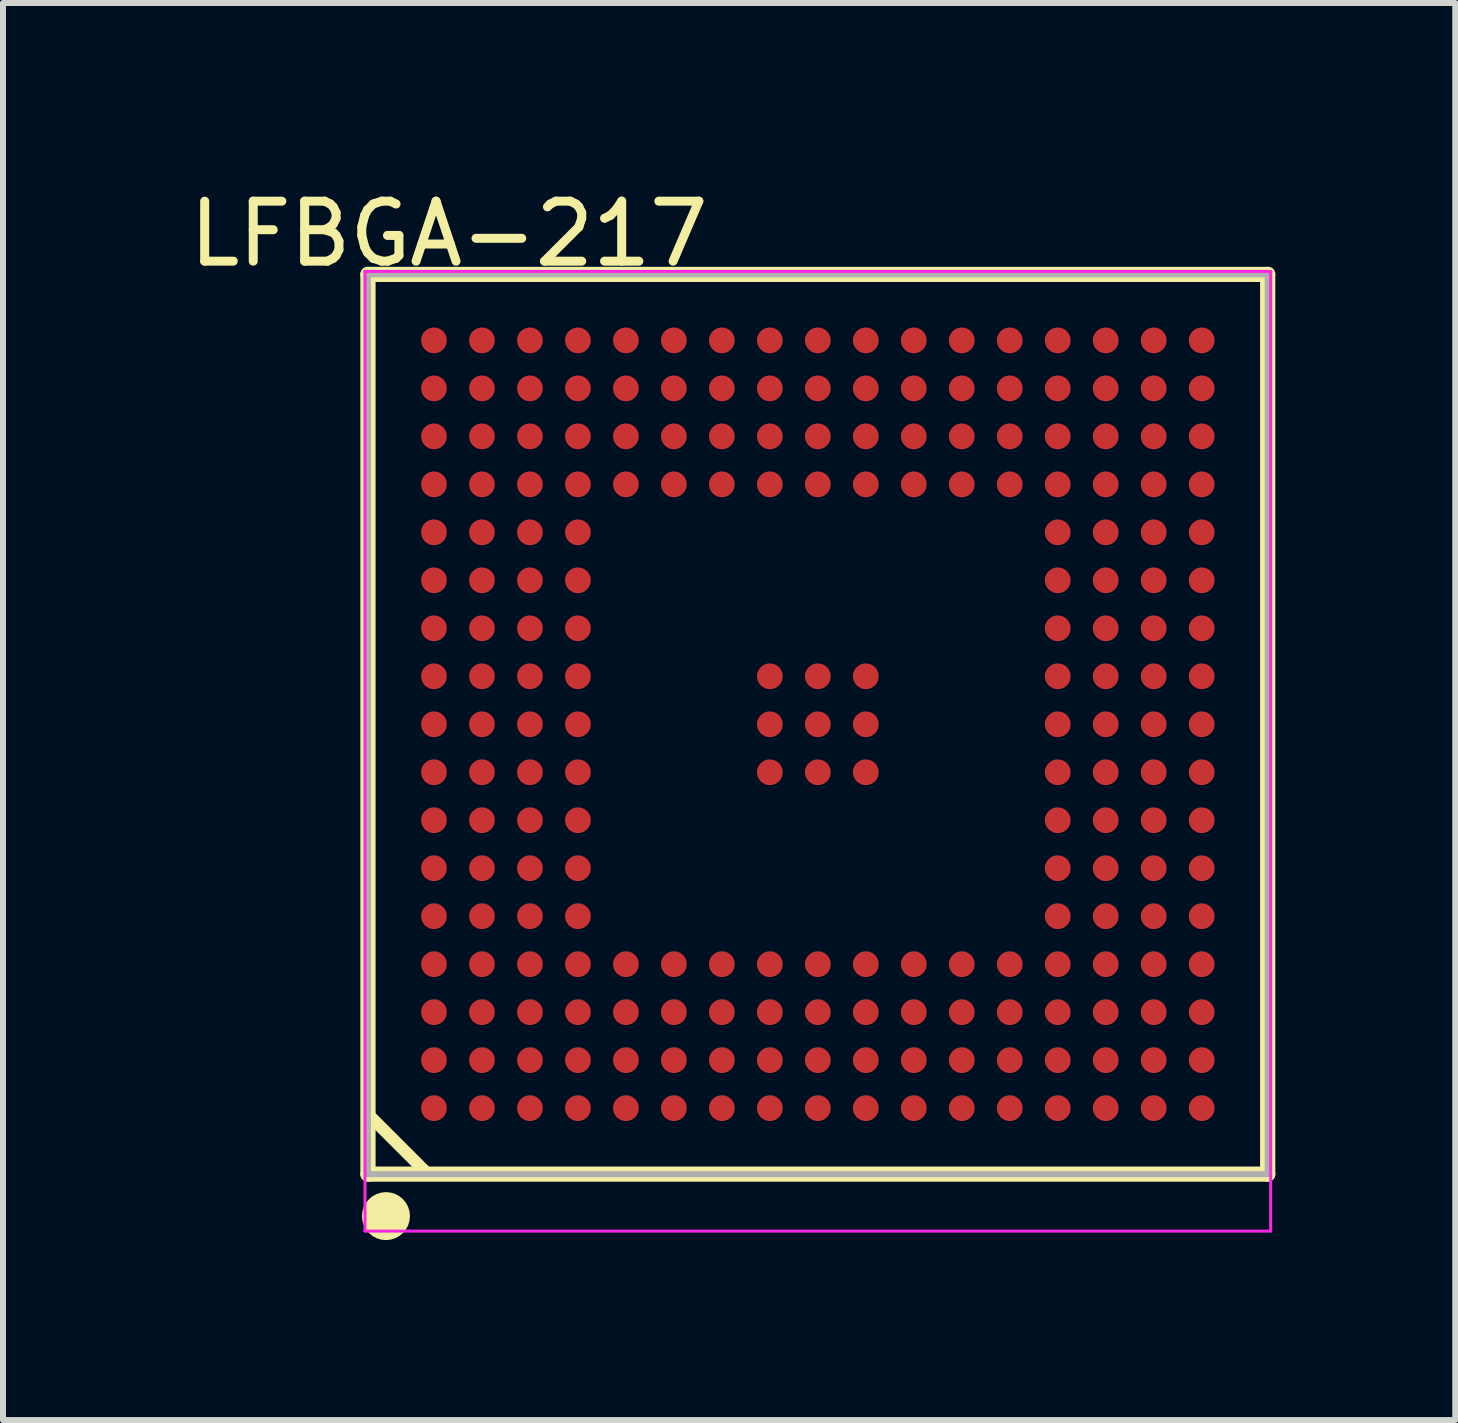
<source format=kicad_pcb>
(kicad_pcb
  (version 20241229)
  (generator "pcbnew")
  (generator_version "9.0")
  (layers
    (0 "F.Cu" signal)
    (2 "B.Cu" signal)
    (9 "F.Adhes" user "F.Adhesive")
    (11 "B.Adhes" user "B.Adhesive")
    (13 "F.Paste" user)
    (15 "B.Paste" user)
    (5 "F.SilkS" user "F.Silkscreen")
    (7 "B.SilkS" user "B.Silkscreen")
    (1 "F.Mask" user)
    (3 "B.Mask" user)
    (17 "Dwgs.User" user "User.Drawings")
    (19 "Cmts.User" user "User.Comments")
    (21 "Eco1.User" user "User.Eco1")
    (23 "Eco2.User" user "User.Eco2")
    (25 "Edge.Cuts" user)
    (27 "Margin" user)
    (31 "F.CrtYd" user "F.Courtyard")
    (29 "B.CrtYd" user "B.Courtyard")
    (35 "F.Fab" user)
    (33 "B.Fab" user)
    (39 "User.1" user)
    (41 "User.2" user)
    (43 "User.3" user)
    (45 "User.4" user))
  (footprint "LFBGA-217"
    (layer "F.Cu")
    (at 10.585 9.025)
    (property "Reference" "LFBGA-217" (at -6.151 -8.176 0) (layer "F.SilkS") (effects (font (size 1 1) (thickness 0.15))))
    (attr through_hole)
    (fp_line (start -7.5 -7.5) (end 7.5 -7.5) (stroke (width 0.254) (type solid)) (layer "F.SilkS"))
    (fp_line (start -7.5 6.5) (end -6.5 7.5) (stroke (width 0.2) (type solid)) (layer "F.SilkS"))
    (fp_line (start -7.5 7.5) (end -7.5 -7.5) (stroke (width 0.254) (type solid)) (layer "F.SilkS"))
    (fp_line (start -7.5 7.5) (end 7.5 7.5) (stroke (width 0.254) (type solid)) (layer "F.SilkS"))
    (fp_line (start 7.5 7.5) (end 7.5 -7.5) (stroke (width 0.254) (type solid)) (layer "F.SilkS"))
    (fp_circle (center -7.2 8.2) (end -7 8.2) (stroke (width 0.4) (type solid)) (fill no) (layer "F.SilkS"))
    (fp_line (start -7.55 -7.55) (end 7.55 -7.55) (stroke (width 0.05) (type solid)) (layer "F.CrtYd"))
    (fp_line (start -7.55 8.45) (end -7.55 -7.55) (stroke (width 0.05) (type solid)) (layer "F.CrtYd"))
    (fp_line (start 7.55 -7.55) (end 7.55 8.45) (stroke (width 0.05) (type solid)) (layer "F.CrtYd"))
    (fp_line (start 7.55 8.45) (end -7.55 8.45) (stroke (width 0.05) (type solid)) (layer "F.CrtYd"))
    (fp_line (start -7.5 -7.5) (end 7.5 -7.5) (stroke (width 0.1) (type solid)) (layer "F.Fab"))
    (fp_line (start -7.5 7.5) (end -7.5 -7.5) (stroke (width 0.1) (type solid)) (layer "F.Fab"))
    (fp_line (start -7.5 7.5) (end 7.5 7.5) (stroke (width 0.1) (type solid)) (layer "F.Fab"))
    (fp_line (start 7.5 7.5) (end 7.5 -7.5) (stroke (width 0.1) (type solid)) (layer "F.Fab"))
    (pad "A1" smd oval (at -6.4 6.4 90) (size 0.43 0.43) (layers "F.Cu" "F.Mask" "F.Paste"))
    (pad "A2" smd oval (at -6.4 5.6 90) (size 0.43 0.43) (layers "F.Cu" "F.Mask" "F.Paste"))
    (pad "A3" smd oval (at -6.4 4.8 90) (size 0.43 0.43) (layers "F.Cu" "F.Mask" "F.Paste"))
    (pad "A4" smd oval (at -6.4 4 90) (size 0.43 0.43) (layers "F.Cu" "F.Mask" "F.Paste"))
    (pad "A5" smd oval (at -6.4 3.2 90) (size 0.43 0.43) (layers "F.Cu" "F.Mask" "F.Paste"))
    (pad "A6" smd oval (at -6.4 2.4 90) (size 0.43 0.43) (layers "F.Cu" "F.Mask" "F.Paste"))
    (pad "A7" smd oval (at -6.4 1.6 90) (size 0.43 0.43) (layers "F.Cu" "F.Mask" "F.Paste"))
    (pad "A8" smd oval (at -6.4 0.8 90) (size 0.43 0.43) (layers "F.Cu" "F.Mask" "F.Paste"))
    (pad "A9" smd oval (at -6.4 0 90) (size 0.43 0.43) (layers "F.Cu" "F.Mask" "F.Paste"))
    (pad "A10" smd oval (at -6.4 -0.8 90) (size 0.43 0.43) (layers "F.Cu" "F.Mask" "F.Paste"))
    (pad "A11" smd oval (at -6.4 -1.6 90) (size 0.43 0.43) (layers "F.Cu" "F.Mask" "F.Paste"))
    (pad "A12" smd oval (at -6.4 -2.4 90) (size 0.43 0.43) (layers "F.Cu" "F.Mask" "F.Paste"))
    (pad "A13" smd oval (at -6.4 -3.2 90) (size 0.43 0.43) (layers "F.Cu" "F.Mask" "F.Paste"))
    (pad "A14" smd oval (at -6.4 -4 90) (size 0.43 0.43) (layers "F.Cu" "F.Mask" "F.Paste"))
    (pad "A15" smd oval (at -6.4 -4.8 90) (size 0.43 0.43) (layers "F.Cu" "F.Mask" "F.Paste"))
    (pad "A16" smd oval (at -6.4 -5.6 90) (size 0.43 0.43) (layers "F.Cu" "F.Mask" "F.Paste"))
    (pad "A17" smd oval (at -6.4 -6.4 90) (size 0.43 0.43) (layers "F.Cu" "F.Mask" "F.Paste"))
    (pad "B1" smd oval (at -5.6 6.4 90) (size 0.43 0.43) (layers "F.Cu" "F.Mask" "F.Paste"))
    (pad "B2" smd oval (at -5.6 5.6 90) (size 0.43 0.43) (layers "F.Cu" "F.Mask" "F.Paste"))
    (pad "B3" smd oval (at -5.6 4.8 90) (size 0.43 0.43) (layers "F.Cu" "F.Mask" "F.Paste"))
    (pad "B4" smd oval (at -5.6 4 90) (size 0.43 0.43) (layers "F.Cu" "F.Mask" "F.Paste"))
    (pad "B5" smd oval (at -5.6 3.2 90) (size 0.43 0.43) (layers "F.Cu" "F.Mask" "F.Paste"))
    (pad "B6" smd oval (at -5.6 2.4 90) (size 0.43 0.43) (layers "F.Cu" "F.Mask" "F.Paste"))
    (pad "B7" smd oval (at -5.6 1.6 90) (size 0.43 0.43) (layers "F.Cu" "F.Mask" "F.Paste"))
    (pad "B8" smd oval (at -5.6 0.8 90) (size 0.43 0.43) (layers "F.Cu" "F.Mask" "F.Paste"))
    (pad "B9" smd oval (at -5.6 0 90) (size 0.43 0.43) (layers "F.Cu" "F.Mask" "F.Paste"))
    (pad "B10" smd oval (at -5.6 -0.8 90) (size 0.43 0.43) (layers "F.Cu" "F.Mask" "F.Paste"))
    (pad "B11" smd oval (at -5.6 -1.6 90) (size 0.43 0.43) (layers "F.Cu" "F.Mask" "F.Paste"))
    (pad "B12" smd oval (at -5.6 -2.4 90) (size 0.43 0.43) (layers "F.Cu" "F.Mask" "F.Paste"))
    (pad "B13" smd oval (at -5.6 -3.2 90) (size 0.43 0.43) (layers "F.Cu" "F.Mask" "F.Paste"))
    (pad "B14" smd oval (at -5.6 -4 90) (size 0.43 0.43) (layers "F.Cu" "F.Mask" "F.Paste"))
    (pad "B15" smd oval (at -5.6 -4.8 90) (size 0.43 0.43) (layers "F.Cu" "F.Mask" "F.Paste"))
    (pad "B16" smd oval (at -5.6 -5.6 90) (size 0.43 0.43) (layers "F.Cu" "F.Mask" "F.Paste"))
    (pad "B17" smd oval (at -5.6 -6.4 90) (size 0.43 0.43) (layers "F.Cu" "F.Mask" "F.Paste"))
    (pad "C1" smd oval (at -4.8 6.4 90) (size 0.43 0.43) (layers "F.Cu" "F.Mask" "F.Paste"))
    (pad "C2" smd oval (at -4.8 5.6 90) (size 0.43 0.43) (layers "F.Cu" "F.Mask" "F.Paste"))
    (pad "C3" smd oval (at -4.8 4.8 90) (size 0.43 0.43) (layers "F.Cu" "F.Mask" "F.Paste"))
    (pad "C4" smd oval (at -4.8 4 90) (size 0.43 0.43) (layers "F.Cu" "F.Mask" "F.Paste"))
    (pad "C5" smd oval (at -4.8 3.2 90) (size 0.43 0.43) (layers "F.Cu" "F.Mask" "F.Paste"))
    (pad "C6" smd oval (at -4.8 2.4 90) (size 0.43 0.43) (layers "F.Cu" "F.Mask" "F.Paste"))
    (pad "C7" smd oval (at -4.8 1.6 90) (size 0.43 0.43) (layers "F.Cu" "F.Mask" "F.Paste"))
    (pad "C8" smd oval (at -4.8 0.8 90) (size 0.43 0.43) (layers "F.Cu" "F.Mask" "F.Paste"))
    (pad "C9" smd oval (at -4.8 0 90) (size 0.43 0.43) (layers "F.Cu" "F.Mask" "F.Paste"))
    (pad "C10" smd oval (at -4.8 -0.8 90) (size 0.43 0.43) (layers "F.Cu" "F.Mask" "F.Paste"))
    (pad "C11" smd oval (at -4.8 -1.6 90) (size 0.43 0.43) (layers "F.Cu" "F.Mask" "F.Paste"))
    (pad "C12" smd oval (at -4.8 -2.4 90) (size 0.43 0.43) (layers "F.Cu" "F.Mask" "F.Paste"))
    (pad "C13" smd oval (at -4.8 -3.2 90) (size 0.43 0.43) (layers "F.Cu" "F.Mask" "F.Paste"))
    (pad "C14" smd oval (at -4.8 -4 90) (size 0.43 0.43) (layers "F.Cu" "F.Mask" "F.Paste"))
    (pad "C15" smd oval (at -4.8 -4.8 90) (size 0.43 0.43) (layers "F.Cu" "F.Mask" "F.Paste"))
    (pad "C16" smd oval (at -4.8 -5.6 90) (size 0.43 0.43) (layers "F.Cu" "F.Mask" "F.Paste"))
    (pad "C17" smd oval (at -4.8 -6.4 90) (size 0.43 0.43) (layers "F.Cu" "F.Mask" "F.Paste"))
    (pad "D1" smd oval (at -4 6.4 90) (size 0.43 0.43) (layers "F.Cu" "F.Mask" "F.Paste"))
    (pad "D2" smd oval (at -4 5.6 90) (size 0.43 0.43) (layers "F.Cu" "F.Mask" "F.Paste"))
    (pad "D3" smd oval (at -4 4.8 90) (size 0.43 0.43) (layers "F.Cu" "F.Mask" "F.Paste"))
    (pad "D4" smd oval (at -4 4 90) (size 0.43 0.43) (layers "F.Cu" "F.Mask" "F.Paste"))
    (pad "D5" smd oval (at -4 3.2 90) (size 0.43 0.43) (layers "F.Cu" "F.Mask" "F.Paste"))
    (pad "D6" smd oval (at -4 2.4 90) (size 0.43 0.43) (layers "F.Cu" "F.Mask" "F.Paste"))
    (pad "D7" smd oval (at -4 1.6 90) (size 0.43 0.43) (layers "F.Cu" "F.Mask" "F.Paste"))
    (pad "D8" smd oval (at -4 0.8 90) (size 0.43 0.43) (layers "F.Cu" "F.Mask" "F.Paste"))
    (pad "D9" smd oval (at -4 0 90) (size 0.43 0.43) (layers "F.Cu" "F.Mask" "F.Paste"))
    (pad "D10" smd oval (at -4 -0.8 90) (size 0.43 0.43) (layers "F.Cu" "F.Mask" "F.Paste"))
    (pad "D11" smd oval (at -4 -1.6 90) (size 0.43 0.43) (layers "F.Cu" "F.Mask" "F.Paste"))
    (pad "D12" smd oval (at -4 -2.4 90) (size 0.43 0.43) (layers "F.Cu" "F.Mask" "F.Paste"))
    (pad "D13" smd oval (at -4 -3.2 90) (size 0.43 0.43) (layers "F.Cu" "F.Mask" "F.Paste"))
    (pad "D14" smd oval (at -4 -4 90) (size 0.43 0.43) (layers "F.Cu" "F.Mask" "F.Paste"))
    (pad "D15" smd oval (at -4 -4.8 90) (size 0.43 0.43) (layers "F.Cu" "F.Mask" "F.Paste"))
    (pad "D16" smd oval (at -4 -5.6 90) (size 0.43 0.43) (layers "F.Cu" "F.Mask" "F.Paste"))
    (pad "D17" smd oval (at -4 -6.4 90) (size 0.43 0.43) (layers "F.Cu" "F.Mask" "F.Paste"))
    (pad "E1" smd oval (at -3.2 6.4 90) (size 0.43 0.43) (layers "F.Cu" "F.Mask" "F.Paste"))
    (pad "E2" smd oval (at -3.2 5.6 90) (size 0.43 0.43) (layers "F.Cu" "F.Mask" "F.Paste"))
    (pad "E3" smd oval (at -3.2 4.8 90) (size 0.43 0.43) (layers "F.Cu" "F.Mask" "F.Paste"))
    (pad "E4" smd oval (at -3.2 4 90) (size 0.43 0.43) (layers "F.Cu" "F.Mask" "F.Paste"))
    (pad "E14" smd oval (at -3.2 -4 90) (size 0.43 0.43) (layers "F.Cu" "F.Mask" "F.Paste"))
    (pad "E15" smd oval (at -3.2 -4.8 90) (size 0.43 0.43) (layers "F.Cu" "F.Mask" "F.Paste"))
    (pad "E16" smd oval (at -3.2 -5.6 90) (size 0.43 0.43) (layers "F.Cu" "F.Mask" "F.Paste"))
    (pad "E17" smd oval (at -3.2 -6.4 90) (size 0.43 0.43) (layers "F.Cu" "F.Mask" "F.Paste"))
    (pad "F1" smd oval (at -2.4 6.4 90) (size 0.43 0.43) (layers "F.Cu" "F.Mask" "F.Paste"))
    (pad "F2" smd oval (at -2.4 5.6 90) (size 0.43 0.43) (layers "F.Cu" "F.Mask" "F.Paste"))
    (pad "F3" smd oval (at -2.4 4.8 90) (size 0.43 0.43) (layers "F.Cu" "F.Mask" "F.Paste"))
    (pad "F4" smd oval (at -2.4 4 90) (size 0.43 0.43) (layers "F.Cu" "F.Mask" "F.Paste"))
    (pad "F14" smd oval (at -2.4 -4 90) (size 0.43 0.43) (layers "F.Cu" "F.Mask" "F.Paste"))
    (pad "F15" smd oval (at -2.4 -4.8 90) (size 0.43 0.43) (layers "F.Cu" "F.Mask" "F.Paste"))
    (pad "F16" smd oval (at -2.4 -5.6 90) (size 0.43 0.43) (layers "F.Cu" "F.Mask" "F.Paste"))
    (pad "F17" smd oval (at -2.4 -6.4 90) (size 0.43 0.43) (layers "F.Cu" "F.Mask" "F.Paste"))
    (pad "G1" smd oval (at -1.6 6.4 90) (size 0.43 0.43) (layers "F.Cu" "F.Mask" "F.Paste"))
    (pad "G2" smd oval (at -1.6 5.6 90) (size 0.43 0.43) (layers "F.Cu" "F.Mask" "F.Paste"))
    (pad "G3" smd oval (at -1.6 4.8 90) (size 0.43 0.43) (layers "F.Cu" "F.Mask" "F.Paste"))
    (pad "G4" smd oval (at -1.6 4 90) (size 0.43 0.43) (layers "F.Cu" "F.Mask" "F.Paste"))
    (pad "G14" smd oval (at -1.6 -4 90) (size 0.43 0.43) (layers "F.Cu" "F.Mask" "F.Paste"))
    (pad "G15" smd oval (at -1.6 -4.8 90) (size 0.43 0.43) (layers "F.Cu" "F.Mask" "F.Paste"))
    (pad "G16" smd oval (at -1.6 -5.6 90) (size 0.43 0.43) (layers "F.Cu" "F.Mask" "F.Paste"))
    (pad "G17" smd oval (at -1.6 -6.4 90) (size 0.43 0.43) (layers "F.Cu" "F.Mask" "F.Paste"))
    (pad "H1" smd oval (at -0.8 6.4 90) (size 0.43 0.43) (layers "F.Cu" "F.Mask" "F.Paste"))
    (pad "H2" smd oval (at -0.8 5.6 90) (size 0.43 0.43) (layers "F.Cu" "F.Mask" "F.Paste"))
    (pad "H3" smd oval (at -0.8 4.8 90) (size 0.43 0.43) (layers "F.Cu" "F.Mask" "F.Paste"))
    (pad "H4" smd oval (at -0.8 4 90) (size 0.43 0.43) (layers "F.Cu" "F.Mask" "F.Paste"))
    (pad "H8" smd oval (at -0.8 0.8 90) (size 0.43 0.43) (layers "F.Cu" "F.Mask" "F.Paste"))
    (pad "H9" smd oval (at -0.8 0 90) (size 0.43 0.43) (layers "F.Cu" "F.Mask" "F.Paste"))
    (pad "H10" smd oval (at -0.8 -0.8 90) (size 0.43 0.43) (layers "F.Cu" "F.Mask" "F.Paste"))
    (pad "H14" smd oval (at -0.8 -4 90) (size 0.43 0.43) (layers "F.Cu" "F.Mask" "F.Paste"))
    (pad "H15" smd oval (at -0.8 -4.8 90) (size 0.43 0.43) (layers "F.Cu" "F.Mask" "F.Paste"))
    (pad "H16" smd oval (at -0.8 -5.6 90) (size 0.43 0.43) (layers "F.Cu" "F.Mask" "F.Paste"))
    (pad "H17" smd oval (at -0.8 -6.4 90) (size 0.43 0.43) (layers "F.Cu" "F.Mask" "F.Paste"))
    (pad "J1" smd oval (at 0 6.4 90) (size 0.43 0.43) (layers "F.Cu" "F.Mask" "F.Paste"))
    (pad "J2" smd oval (at 0 5.6 90) (size 0.43 0.43) (layers "F.Cu" "F.Mask" "F.Paste"))
    (pad "J3" smd oval (at 0 4.8 90) (size 0.43 0.43) (layers "F.Cu" "F.Mask" "F.Paste"))
    (pad "J4" smd oval (at 0 4 90) (size 0.43 0.43) (layers "F.Cu" "F.Mask" "F.Paste"))
    (pad "J8" smd oval (at 0 0.8 90) (size 0.43 0.43) (layers "F.Cu" "F.Mask" "F.Paste"))
    (pad "J9" smd oval (at 0 0 90) (size 0.43 0.43) (layers "F.Cu" "F.Mask" "F.Paste"))
    (pad "J10" smd oval (at 0 -0.8 90) (size 0.43 0.43) (layers "F.Cu" "F.Mask" "F.Paste"))
    (pad "J14" smd oval (at 0 -4 90) (size 0.43 0.43) (layers "F.Cu" "F.Mask" "F.Paste"))
    (pad "J15" smd oval (at 0 -4.8 90) (size 0.43 0.43) (layers "F.Cu" "F.Mask" "F.Paste"))
    (pad "J16" smd oval (at 0 -5.6 90) (size 0.43 0.43) (layers "F.Cu" "F.Mask" "F.Paste"))
    (pad "J17" smd oval (at 0 -6.4 90) (size 0.43 0.43) (layers "F.Cu" "F.Mask" "F.Paste"))
    (pad "K1" smd oval (at 0.8 6.4 90) (size 0.43 0.43) (layers "F.Cu" "F.Mask" "F.Paste"))
    (pad "K2" smd oval (at 0.8 5.6 90) (size 0.43 0.43) (layers "F.Cu" "F.Mask" "F.Paste"))
    (pad "K3" smd oval (at 0.8 4.8 90) (size 0.43 0.43) (layers "F.Cu" "F.Mask" "F.Paste"))
    (pad "K4" smd oval (at 0.8 4 90) (size 0.43 0.43) (layers "F.Cu" "F.Mask" "F.Paste"))
    (pad "K8" smd oval (at 0.8 0.8 90) (size 0.43 0.43) (layers "F.Cu" "F.Mask" "F.Paste"))
    (pad "K9" smd oval (at 0.8 0 90) (size 0.43 0.43) (layers "F.Cu" "F.Mask" "F.Paste"))
    (pad "K10" smd oval (at 0.8 -0.8 90) (size 0.43 0.43) (layers "F.Cu" "F.Mask" "F.Paste"))
    (pad "K14" smd oval (at 0.8 -4 90) (size 0.43 0.43) (layers "F.Cu" "F.Mask" "F.Paste"))
    (pad "K15" smd oval (at 0.8 -4.8 90) (size 0.43 0.43) (layers "F.Cu" "F.Mask" "F.Paste"))
    (pad "K16" smd oval (at 0.8 -5.6 90) (size 0.43 0.43) (layers "F.Cu" "F.Mask" "F.Paste"))
    (pad "K17" smd oval (at 0.8 -6.4 90) (size 0.43 0.43) (layers "F.Cu" "F.Mask" "F.Paste"))
    (pad "L1" smd oval (at 1.6 6.4 90) (size 0.43 0.43) (layers "F.Cu" "F.Mask" "F.Paste"))
    (pad "L2" smd oval (at 1.6 5.6 90) (size 0.43 0.43) (layers "F.Cu" "F.Mask" "F.Paste"))
    (pad "L3" smd oval (at 1.6 4.8 90) (size 0.43 0.43) (layers "F.Cu" "F.Mask" "F.Paste"))
    (pad "L4" smd oval (at 1.6 4 90) (size 0.43 0.43) (layers "F.Cu" "F.Mask" "F.Paste"))
    (pad "L14" smd oval (at 1.6 -4 90) (size 0.43 0.43) (layers "F.Cu" "F.Mask" "F.Paste"))
    (pad "L15" smd oval (at 1.6 -4.8 90) (size 0.43 0.43) (layers "F.Cu" "F.Mask" "F.Paste"))
    (pad "L16" smd oval (at 1.6 -5.6 90) (size 0.43 0.43) (layers "F.Cu" "F.Mask" "F.Paste"))
    (pad "L17" smd oval (at 1.6 -6.4 90) (size 0.43 0.43) (layers "F.Cu" "F.Mask" "F.Paste"))
    (pad "M1" smd oval (at 2.4 6.4 90) (size 0.43 0.43) (layers "F.Cu" "F.Mask" "F.Paste"))
    (pad "M2" smd oval (at 2.4 5.6 90) (size 0.43 0.43) (layers "F.Cu" "F.Mask" "F.Paste"))
    (pad "M3" smd oval (at 2.4 4.8 90) (size 0.43 0.43) (layers "F.Cu" "F.Mask" "F.Paste"))
    (pad "M4" smd oval (at 2.4 4 90) (size 0.43 0.43) (layers "F.Cu" "F.Mask" "F.Paste"))
    (pad "M14" smd oval (at 2.4 -4 90) (size 0.43 0.43) (layers "F.Cu" "F.Mask" "F.Paste"))
    (pad "M15" smd oval (at 2.4 -4.8 90) (size 0.43 0.43) (layers "F.Cu" "F.Mask" "F.Paste"))
    (pad "M16" smd oval (at 2.4 -5.6 90) (size 0.43 0.43) (layers "F.Cu" "F.Mask" "F.Paste"))
    (pad "M17" smd oval (at 2.4 -6.4 90) (size 0.43 0.43) (layers "F.Cu" "F.Mask" "F.Paste"))
    (pad "N1" smd oval (at 3.2 6.4 90) (size 0.43 0.43) (layers "F.Cu" "F.Mask" "F.Paste"))
    (pad "N2" smd oval (at 3.2 5.6 90) (size 0.43 0.43) (layers "F.Cu" "F.Mask" "F.Paste"))
    (pad "N3" smd oval (at 3.2 4.8 90) (size 0.43 0.43) (layers "F.Cu" "F.Mask" "F.Paste"))
    (pad "N4" smd oval (at 3.2 4 90) (size 0.43 0.43) (layers "F.Cu" "F.Mask" "F.Paste"))
    (pad "N14" smd oval (at 3.2 -4 90) (size 0.43 0.43) (layers "F.Cu" "F.Mask" "F.Paste"))
    (pad "N15" smd oval (at 3.2 -4.8 90) (size 0.43 0.43) (layers "F.Cu" "F.Mask" "F.Paste"))
    (pad "N16" smd oval (at 3.2 -5.6 90) (size 0.43 0.43) (layers "F.Cu" "F.Mask" "F.Paste"))
    (pad "N17" smd oval (at 3.2 -6.4 90) (size 0.43 0.43) (layers "F.Cu" "F.Mask" "F.Paste"))
    (pad "P1" smd oval (at 4 6.4 90) (size 0.43 0.43) (layers "F.Cu" "F.Mask" "F.Paste"))
    (pad "P2" smd oval (at 4 5.6 90) (size 0.43 0.43) (layers "F.Cu" "F.Mask" "F.Paste"))
    (pad "P3" smd oval (at 4 4.8 90) (size 0.43 0.43) (layers "F.Cu" "F.Mask" "F.Paste"))
    (pad "P4" smd oval (at 4 4 90) (size 0.43 0.43) (layers "F.Cu" "F.Mask" "F.Paste"))
    (pad "P5" smd oval (at 4 3.2 90) (size 0.43 0.43) (layers "F.Cu" "F.Mask" "F.Paste"))
    (pad "P6" smd oval (at 4 2.4 90) (size 0.43 0.43) (layers "F.Cu" "F.Mask" "F.Paste"))
    (pad "P7" smd oval (at 4 1.6 90) (size 0.43 0.43) (layers "F.Cu" "F.Mask" "F.Paste"))
    (pad "P8" smd oval (at 4 0.8 90) (size 0.43 0.43) (layers "F.Cu" "F.Mask" "F.Paste"))
    (pad "P9" smd oval (at 4 0 90) (size 0.43 0.43) (layers "F.Cu" "F.Mask" "F.Paste"))
    (pad "P10" smd oval (at 4 -0.8 90) (size 0.43 0.43) (layers "F.Cu" "F.Mask" "F.Paste"))
    (pad "P11" smd oval (at 4 -1.6 90) (size 0.43 0.43) (layers "F.Cu" "F.Mask" "F.Paste"))
    (pad "P12" smd oval (at 4 -2.4 90) (size 0.43 0.43) (layers "F.Cu" "F.Mask" "F.Paste"))
    (pad "P13" smd oval (at 4 -3.2 90) (size 0.43 0.43) (layers "F.Cu" "F.Mask" "F.Paste"))
    (pad "P14" smd oval (at 4 -4 90) (size 0.43 0.43) (layers "F.Cu" "F.Mask" "F.Paste"))
    (pad "P15" smd oval (at 4 -4.8 90) (size 0.43 0.43) (layers "F.Cu" "F.Mask" "F.Paste"))
    (pad "P16" smd oval (at 4 -5.6 90) (size 0.43 0.43) (layers "F.Cu" "F.Mask" "F.Paste"))
    (pad "P17" smd oval (at 4 -6.4 90) (size 0.43 0.43) (layers "F.Cu" "F.Mask" "F.Paste"))
    (pad "R1" smd oval (at 4.8 6.4 90) (size 0.43 0.43) (layers "F.Cu" "F.Mask" "F.Paste"))
    (pad "R2" smd oval (at 4.8 5.6 90) (size 0.43 0.43) (layers "F.Cu" "F.Mask" "F.Paste"))
    (pad "R3" smd oval (at 4.8 4.8 90) (size 0.43 0.43) (layers "F.Cu" "F.Mask" "F.Paste"))
    (pad "R4" smd oval (at 4.8 4 90) (size 0.43 0.43) (layers "F.Cu" "F.Mask" "F.Paste"))
    (pad "R5" smd oval (at 4.8 3.2 90) (size 0.43 0.43) (layers "F.Cu" "F.Mask" "F.Paste"))
    (pad "R6" smd oval (at 4.8 2.4 90) (size 0.43 0.43) (layers "F.Cu" "F.Mask" "F.Paste"))
    (pad "R7" smd oval (at 4.8 1.6 90) (size 0.43 0.43) (layers "F.Cu" "F.Mask" "F.Paste"))
    (pad "R8" smd oval (at 4.8 0.8 90) (size 0.43 0.43) (layers "F.Cu" "F.Mask" "F.Paste"))
    (pad "R9" smd oval (at 4.8 0 90) (size 0.43 0.43) (layers "F.Cu" "F.Mask" "F.Paste"))
    (pad "R10" smd oval (at 4.8 -0.8 90) (size 0.43 0.43) (layers "F.Cu" "F.Mask" "F.Paste"))
    (pad "R11" smd oval (at 4.8 -1.6 90) (size 0.43 0.43) (layers "F.Cu" "F.Mask" "F.Paste"))
    (pad "R12" smd oval (at 4.8 -2.4 90) (size 0.43 0.43) (layers "F.Cu" "F.Mask" "F.Paste"))
    (pad "R13" smd oval (at 4.8 -3.2 90) (size 0.43 0.43) (layers "F.Cu" "F.Mask" "F.Paste"))
    (pad "R14" smd oval (at 4.8 -4 90) (size 0.43 0.43) (layers "F.Cu" "F.Mask" "F.Paste"))
    (pad "R15" smd oval (at 4.8 -4.8 90) (size 0.43 0.43) (layers "F.Cu" "F.Mask" "F.Paste"))
    (pad "R16" smd oval (at 4.8 -5.6 90) (size 0.43 0.43) (layers "F.Cu" "F.Mask" "F.Paste"))
    (pad "R17" smd oval (at 4.8 -6.4 90) (size 0.43 0.43) (layers "F.Cu" "F.Mask" "F.Paste"))
    (pad "T1" smd oval (at 5.6 6.4 90) (size 0.43 0.43) (layers "F.Cu" "F.Mask" "F.Paste"))
    (pad "T2" smd oval (at 5.6 5.6 90) (size 0.43 0.43) (layers "F.Cu" "F.Mask" "F.Paste"))
    (pad "T3" smd oval (at 5.6 4.8 90) (size 0.43 0.43) (layers "F.Cu" "F.Mask" "F.Paste"))
    (pad "T4" smd oval (at 5.6 4 90) (size 0.43 0.43) (layers "F.Cu" "F.Mask" "F.Paste"))
    (pad "T5" smd oval (at 5.6 3.2 90) (size 0.43 0.43) (layers "F.Cu" "F.Mask" "F.Paste"))
    (pad "T6" smd oval (at 5.6 2.4 90) (size 0.43 0.43) (layers "F.Cu" "F.Mask" "F.Paste"))
    (pad "T7" smd oval (at 5.6 1.6 90) (size 0.43 0.43) (layers "F.Cu" "F.Mask" "F.Paste"))
    (pad "T8" smd oval (at 5.6 0.8 90) (size 0.43 0.43) (layers "F.Cu" "F.Mask" "F.Paste"))
    (pad "T9" smd oval (at 5.6 0 90) (size 0.43 0.43) (layers "F.Cu" "F.Mask" "F.Paste"))
    (pad "T10" smd oval (at 5.6 -0.8 90) (size 0.43 0.43) (layers "F.Cu" "F.Mask" "F.Paste"))
    (pad "T11" smd oval (at 5.6 -1.6 90) (size 0.43 0.43) (layers "F.Cu" "F.Mask" "F.Paste"))
    (pad "T12" smd oval (at 5.6 -2.4 90) (size 0.43 0.43) (layers "F.Cu" "F.Mask" "F.Paste"))
    (pad "T13" smd oval (at 5.6 -3.2 90) (size 0.43 0.43) (layers "F.Cu" "F.Mask" "F.Paste"))
    (pad "T14" smd oval (at 5.6 -4 90) (size 0.43 0.43) (layers "F.Cu" "F.Mask" "F.Paste"))
    (pad "T15" smd oval (at 5.6 -4.8 90) (size 0.43 0.43) (layers "F.Cu" "F.Mask" "F.Paste"))
    (pad "T16" smd oval (at 5.6 -5.6 90) (size 0.43 0.43) (layers "F.Cu" "F.Mask" "F.Paste"))
    (pad "T17" smd oval (at 5.6 -6.4 90) (size 0.43 0.43) (layers "F.Cu" "F.Mask" "F.Paste"))
    (pad "U1" smd oval (at 6.4 6.4 90) (size 0.43 0.43) (layers "F.Cu" "F.Mask" "F.Paste"))
    (pad "U2" smd oval (at 6.4 5.6 90) (size 0.43 0.43) (layers "F.Cu" "F.Mask" "F.Paste"))
    (pad "U3" smd oval (at 6.4 4.8 90) (size 0.43 0.43) (layers "F.Cu" "F.Mask" "F.Paste"))
    (pad "U4" smd oval (at 6.4 4 90) (size 0.43 0.43) (layers "F.Cu" "F.Mask" "F.Paste"))
    (pad "U5" smd oval (at 6.4 3.2 90) (size 0.43 0.43) (layers "F.Cu" "F.Mask" "F.Paste"))
    (pad "U6" smd oval (at 6.4 2.4 90) (size 0.43 0.43) (layers "F.Cu" "F.Mask" "F.Paste"))
    (pad "U7" smd oval (at 6.4 1.6 90) (size 0.43 0.43) (layers "F.Cu" "F.Mask" "F.Paste"))
    (pad "U8" smd oval (at 6.4 0.8 90) (size 0.43 0.43) (layers "F.Cu" "F.Mask" "F.Paste"))
    (pad "U9" smd oval (at 6.4 0 90) (size 0.43 0.43) (layers "F.Cu" "F.Mask" "F.Paste"))
    (pad "U10" smd oval (at 6.4 -0.8 90) (size 0.43 0.43) (layers "F.Cu" "F.Mask" "F.Paste"))
    (pad "U11" smd oval (at 6.4 -1.6 90) (size 0.43 0.43) (layers "F.Cu" "F.Mask" "F.Paste"))
    (pad "U12" smd oval (at 6.4 -2.4 90) (size 0.43 0.43) (layers "F.Cu" "F.Mask" "F.Paste"))
    (pad "U13" smd oval (at 6.4 -3.2 90) (size 0.43 0.43) (layers "F.Cu" "F.Mask" "F.Paste"))
    (pad "U14" smd oval (at 6.4 -4 90) (size 0.43 0.43) (layers "F.Cu" "F.Mask" "F.Paste"))
    (pad "U15" smd oval (at 6.4 -4.8 90) (size 0.43 0.43) (layers "F.Cu" "F.Mask" "F.Paste"))
    (pad "U16" smd oval (at 6.4 -5.6 90) (size 0.43 0.43) (layers "F.Cu" "F.Mask" "F.Paste"))
    (pad "U17" smd oval (at 6.4 -6.4 90) (size 0.43 0.43) (layers "F.Cu" "F.Mask" "F.Paste")))
  (gr_rect
    (start -3 -3)
    (end 21.212 20.625)
    (stroke (width 0.1) (type default))
    (fill no)
    (layer "Edge.Cuts")))
</source>
